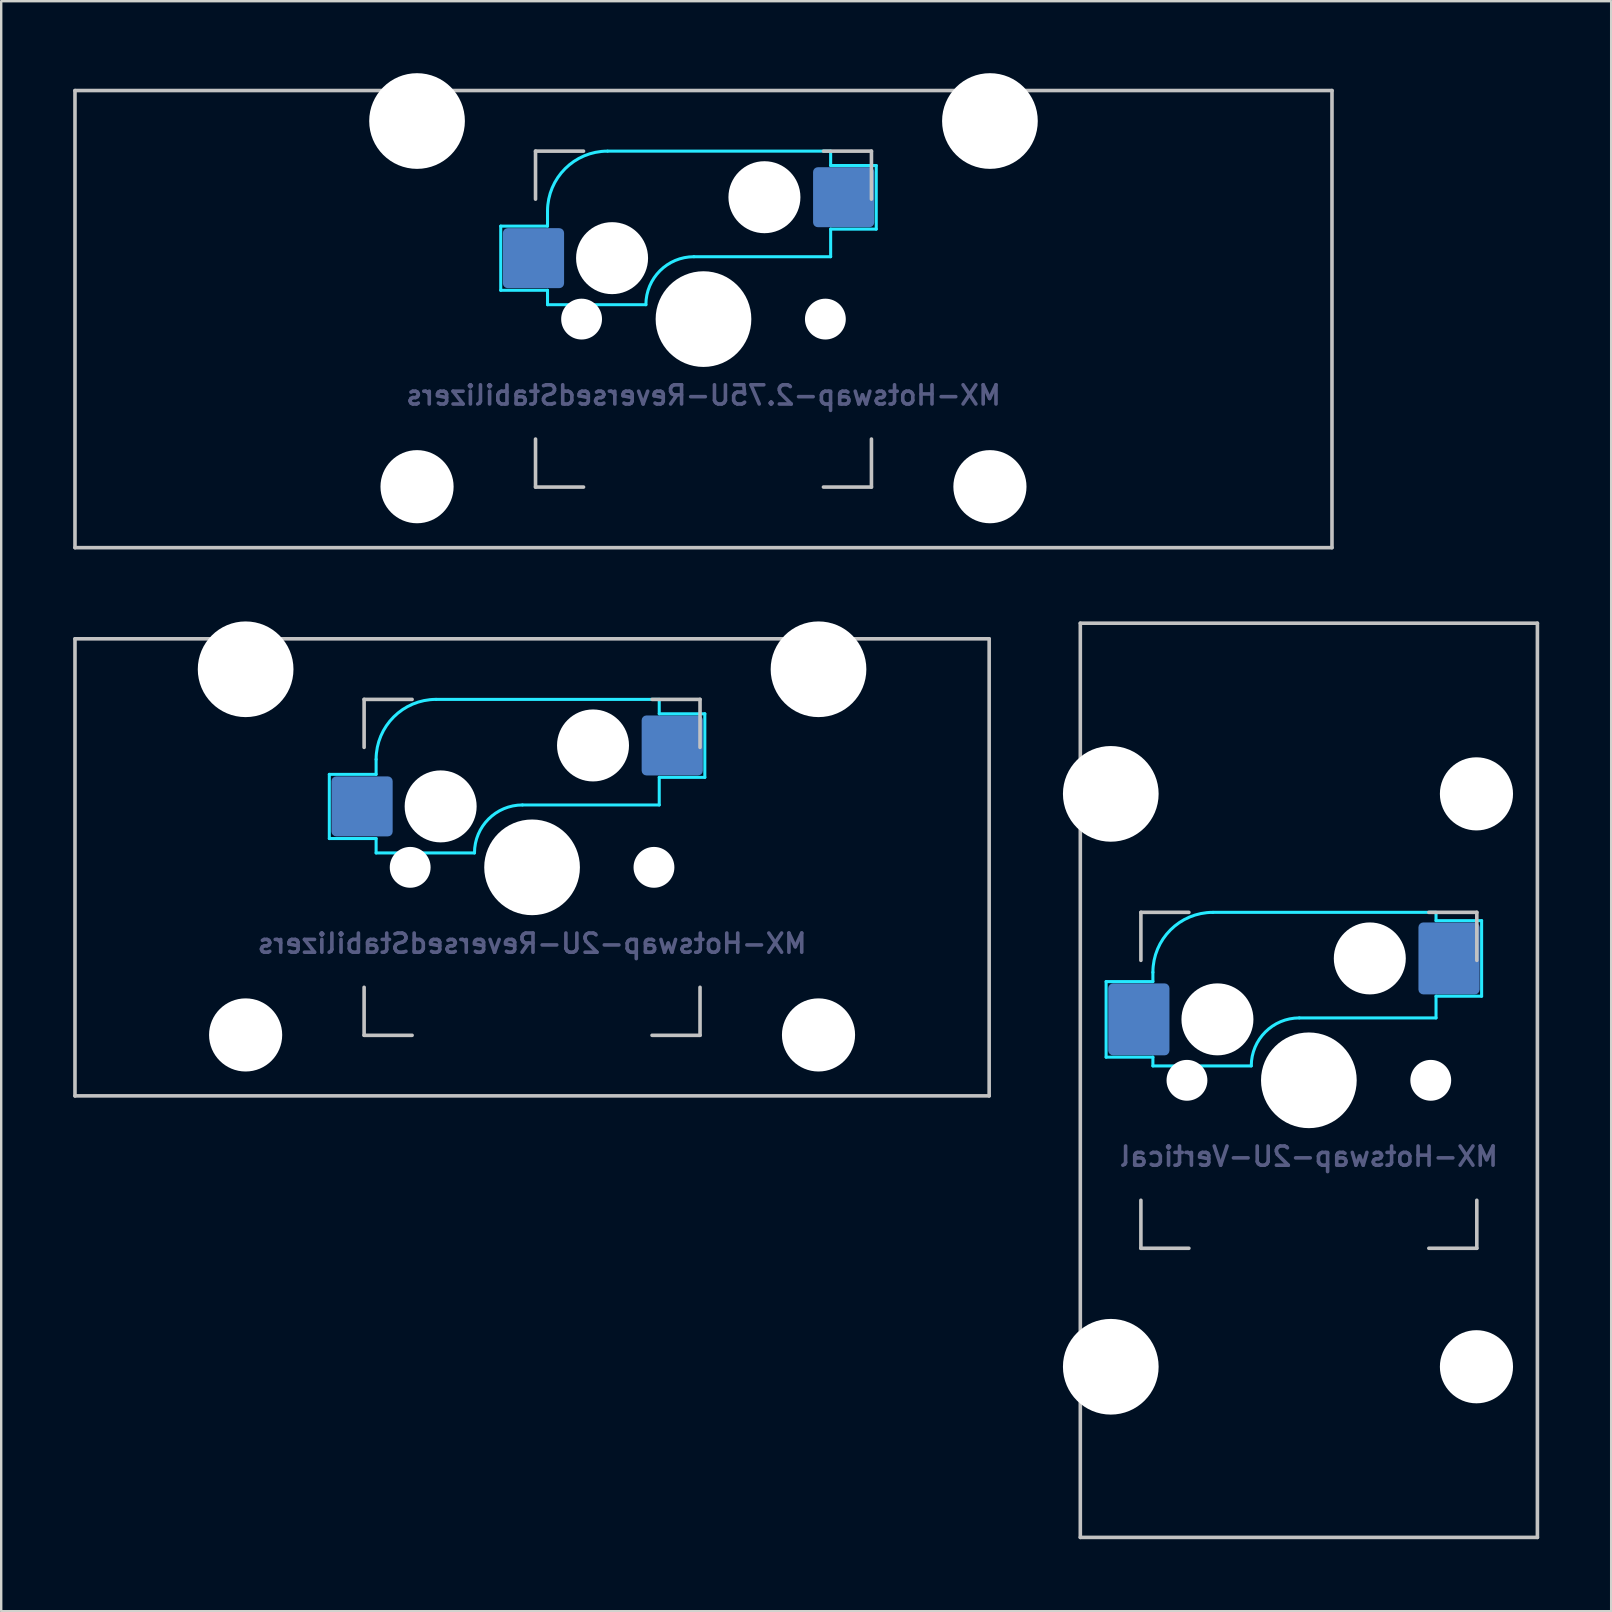
<source format=kicad_pcb>
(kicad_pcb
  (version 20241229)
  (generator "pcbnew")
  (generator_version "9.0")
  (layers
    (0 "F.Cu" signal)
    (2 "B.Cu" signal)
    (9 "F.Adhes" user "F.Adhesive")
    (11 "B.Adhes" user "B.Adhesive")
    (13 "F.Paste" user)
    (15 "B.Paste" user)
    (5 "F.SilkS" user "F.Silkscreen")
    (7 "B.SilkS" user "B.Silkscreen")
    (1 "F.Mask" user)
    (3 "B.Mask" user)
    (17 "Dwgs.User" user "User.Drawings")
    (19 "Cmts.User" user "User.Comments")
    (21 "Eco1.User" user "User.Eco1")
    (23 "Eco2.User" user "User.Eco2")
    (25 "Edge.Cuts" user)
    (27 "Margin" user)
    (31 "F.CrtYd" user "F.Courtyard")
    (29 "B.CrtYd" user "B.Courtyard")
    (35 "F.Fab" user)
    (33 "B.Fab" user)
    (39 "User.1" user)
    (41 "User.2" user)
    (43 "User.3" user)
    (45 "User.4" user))
  (footprint "MX-Hotswap-2U-ReversedStabilizers"
    (layer "F.Cu")
    (at 19.125 33.098)
    (property "Reference" "MX-Hotswap-2U-ReversedStabilizers" (at 0 3.175 0) (layer "B.Fab") (effects (font (size 0.8 0.8) (thickness 0.15)) (justify mirror)))
    (attr smd)
    (fp_line (start -19.05 9.525) (end -19.05 -9.525) (stroke (width 0.15) (type solid)) (layer "Dwgs.User"))
    (fp_line (start -7 -7) (end -7 -5) (stroke (width 0.15) (type solid)) (layer "Dwgs.User"))
    (fp_line (start -7 5) (end -7 7) (stroke (width 0.15) (type solid)) (layer "Dwgs.User"))
    (fp_line (start -7 7) (end -5 7) (stroke (width 0.15) (type solid)) (layer "Dwgs.User"))
    (fp_line (start -5 -7) (end -7 -7) (stroke (width 0.15) (type solid)) (layer "Dwgs.User"))
    (fp_line (start 5 -7) (end 7 -7) (stroke (width 0.15) (type solid)) (layer "Dwgs.User"))
    (fp_line (start 5 7) (end 7 7) (stroke (width 0.15) (type solid)) (layer "Dwgs.User"))
    (fp_line (start 7 -7) (end 7 -5) (stroke (width 0.15) (type solid)) (layer "Dwgs.User"))
    (fp_line (start 7 7) (end 7 5) (stroke (width 0.15) (type solid)) (layer "Dwgs.User"))
    (fp_line (start 19.05 -9.525) (end -19.05 -9.525) (stroke (width 0.15) (type solid)) (layer "Dwgs.User"))
    (fp_line (start 19.05 9.525) (end -19.05 9.525) (stroke (width 0.15) (type solid)) (layer "Dwgs.User"))
    (fp_line (start 19.05 9.525) (end 19.05 -9.525) (stroke (width 0.15) (type solid)) (layer "Dwgs.User"))
    (fp_line (start -8.45 -3.875) (end -8.45 -1.2) (stroke (width 0.127) (type solid)) (layer "B.CrtYd"))
    (fp_line (start -8.45 -1.2) (end -6.5 -1.2) (stroke (width 0.127) (type solid)) (layer "B.CrtYd"))
    (fp_line (start -6.5 -4.5) (end -6.5 -3.875) (stroke (width 0.127) (type solid)) (layer "B.CrtYd"))
    (fp_line (start -6.5 -3.875) (end -8.45 -3.875) (stroke (width 0.127) (type solid)) (layer "B.CrtYd"))
    (fp_line (start -6.5 -0.6) (end -6.5 -1.2) (stroke (width 0.127) (type solid)) (layer "B.CrtYd"))
    (fp_line (start -6.5 -0.6) (end -2.4 -0.6) (stroke (width 0.127) (type solid)) (layer "B.CrtYd"))
    (fp_line (start -0.4 -2.6) (end 5.3 -2.6) (stroke (width 0.127) (type solid)) (layer "B.CrtYd"))
    (fp_line (start 5.3 -7) (end -4 -7) (stroke (width 0.127) (type solid)) (layer "B.CrtYd"))
    (fp_line (start 5.3 -7) (end 5.3 -6.4) (stroke (width 0.127) (type solid)) (layer "B.CrtYd"))
    (fp_line (start 5.3 -6.4) (end 7.2 -6.4) (stroke (width 0.127) (type solid)) (layer "B.CrtYd"))
    (fp_line (start 5.3 -2.6) (end 5.3 -3.75) (stroke (width 0.127) (type solid)) (layer "B.CrtYd"))
    (fp_line (start 7.2 -6.4) (end 7.2 -3.75) (stroke (width 0.127) (type solid)) (layer "B.CrtYd"))
    (fp_line (start 7.2 -3.75) (end 5.3 -3.75) (stroke (width 0.127) (type solid)) (layer "B.CrtYd"))
    (fp_arc (start -6.5 -4.5) (mid -5.767767 -6.267767) (end -4 -7) (stroke (width 0.127) (type solid)) (layer "B.CrtYd"))
    (fp_arc (start -2.4 -0.6) (mid -1.814214 -2.014214) (end -0.4 -2.6) (stroke (width 0.127) (type solid)) (layer "B.CrtYd"))
    (pad "" np_thru_hole circle (at -11.938 -8.255) (size 3.988 3.988) (drill 3.988) (layers "*.Cu" "*.Mask"))
    (pad "" np_thru_hole circle (at -11.938 6.985) (size 3.048 3.048) (drill 3.048) (layers "*.Cu" "*.Mask"))
    (pad "" np_thru_hole circle (at -5.08 0 48.099) (size 1.702 1.702) (drill 1.702) (layers "*.Cu" "*.Mask"))
    (pad "" np_thru_hole circle (at -3.81 -2.54) (size 3 3) (drill 3) (layers "*.Cu" "*.Mask"))
    (pad "" np_thru_hole circle (at 0 0) (size 3.988 3.988) (drill 3.988) (layers "*.Cu" "*.Mask"))
    (pad "" np_thru_hole circle (at 2.54 -5.08) (size 3 3) (drill 3) (layers "*.Cu" "*.Mask"))
    (pad "" np_thru_hole circle (at 5.08 0 48.099) (size 1.702 1.702) (drill 1.702) (layers "*.Cu" "*.Mask"))
    (pad "" np_thru_hole circle (at 11.938 -8.255) (size 3.988 3.988) (drill 3.988) (layers "*.Cu" "*.Mask"))
    (pad "" np_thru_hole circle (at 11.938 6.985) (size 3.048 3.048) (drill 3.048) (layers "*.Cu" "*.Mask"))
    (pad "1" smd roundrect (at -7.085 -2.54) (size 2.55 2.5) (layers "B.Cu" "B.Mask" "B.Paste") (roundrect_rratio 0.08))
    (pad "2" smd roundrect (at 5.842 -5.08) (size 2.55 2.5) (layers "B.Cu" "B.Mask" "B.Paste") (roundrect_rratio 0.08)))
  (footprint "MX-Hotswap-2.75U-ReversedStabilizers"
    (layer "F.Cu")
    (at 26.269 10.249)
    (property "Reference" "MX-Hotswap-2.75U-ReversedStabilizers" (at 0 3.175 0) (layer "B.Fab") (effects (font (size 0.8 0.8) (thickness 0.15)) (justify mirror)))
    (attr smd)
    (fp_line (start -26.194 9.525) (end -26.194 -9.525) (stroke (width 0.15) (type solid)) (layer "Dwgs.User"))
    (fp_line (start -7 -7) (end -7 -5) (stroke (width 0.15) (type solid)) (layer "Dwgs.User"))
    (fp_line (start -7 5) (end -7 7) (stroke (width 0.15) (type solid)) (layer "Dwgs.User"))
    (fp_line (start -7 7) (end -5 7) (stroke (width 0.15) (type solid)) (layer "Dwgs.User"))
    (fp_line (start -5 -7) (end -7 -7) (stroke (width 0.15) (type solid)) (layer "Dwgs.User"))
    (fp_line (start 5 -7) (end 7 -7) (stroke (width 0.15) (type solid)) (layer "Dwgs.User"))
    (fp_line (start 5 7) (end 7 7) (stroke (width 0.15) (type solid)) (layer "Dwgs.User"))
    (fp_line (start 7 -7) (end 7 -5) (stroke (width 0.15) (type solid)) (layer "Dwgs.User"))
    (fp_line (start 7 7) (end 7 5) (stroke (width 0.15) (type solid)) (layer "Dwgs.User"))
    (fp_line (start 26.194 -9.525) (end -26.194 -9.525) (stroke (width 0.15) (type solid)) (layer "Dwgs.User"))
    (fp_line (start 26.194 9.525) (end -26.194 9.525) (stroke (width 0.15) (type solid)) (layer "Dwgs.User"))
    (fp_line (start 26.194 9.525) (end 26.194 -9.525) (stroke (width 0.15) (type solid)) (layer "Dwgs.User"))
    (fp_line (start -8.45 -3.875) (end -8.45 -1.2) (stroke (width 0.127) (type solid)) (layer "B.CrtYd"))
    (fp_line (start -8.45 -1.2) (end -6.5 -1.2) (stroke (width 0.127) (type solid)) (layer "B.CrtYd"))
    (fp_line (start -6.5 -4.5) (end -6.5 -3.875) (stroke (width 0.127) (type solid)) (layer "B.CrtYd"))
    (fp_line (start -6.5 -3.875) (end -8.45 -3.875) (stroke (width 0.127) (type solid)) (layer "B.CrtYd"))
    (fp_line (start -6.5 -0.6) (end -6.5 -1.2) (stroke (width 0.127) (type solid)) (layer "B.CrtYd"))
    (fp_line (start -6.5 -0.6) (end -2.4 -0.6) (stroke (width 0.127) (type solid)) (layer "B.CrtYd"))
    (fp_line (start -0.4 -2.6) (end 5.3 -2.6) (stroke (width 0.127) (type solid)) (layer "B.CrtYd"))
    (fp_line (start 5.3 -7) (end -4 -7) (stroke (width 0.127) (type solid)) (layer "B.CrtYd"))
    (fp_line (start 5.3 -7) (end 5.3 -6.4) (stroke (width 0.127) (type solid)) (layer "B.CrtYd"))
    (fp_line (start 5.3 -6.4) (end 7.2 -6.4) (stroke (width 0.127) (type solid)) (layer "B.CrtYd"))
    (fp_line (start 5.3 -2.6) (end 5.3 -3.75) (stroke (width 0.127) (type solid)) (layer "B.CrtYd"))
    (fp_line (start 7.2 -6.4) (end 7.2 -3.75) (stroke (width 0.127) (type solid)) (layer "B.CrtYd"))
    (fp_line (start 7.2 -3.75) (end 5.3 -3.75) (stroke (width 0.127) (type solid)) (layer "B.CrtYd"))
    (fp_arc (start -6.5 -4.5) (mid -5.767767 -6.267767) (end -4 -7) (stroke (width 0.127) (type solid)) (layer "B.CrtYd"))
    (fp_arc (start -2.4 -0.6) (mid -1.814214 -2.014214) (end -0.4 -2.6) (stroke (width 0.127) (type solid)) (layer "B.CrtYd"))
    (pad "" np_thru_hole circle (at -11.938 -8.255) (size 3.988 3.988) (drill 3.988) (layers "*.Cu" "*.Mask"))
    (pad "" np_thru_hole circle (at -11.938 6.985) (size 3.048 3.048) (drill 3.048) (layers "*.Cu" "*.Mask"))
    (pad "" np_thru_hole circle (at -5.08 0 48.099) (size 1.702 1.702) (drill 1.702) (layers "*.Cu" "*.Mask"))
    (pad "" np_thru_hole circle (at -3.81 -2.54) (size 3 3) (drill 3) (layers "*.Cu" "*.Mask"))
    (pad "" np_thru_hole circle (at 0 0) (size 3.988 3.988) (drill 3.988) (layers "*.Cu" "*.Mask"))
    (pad "" np_thru_hole circle (at 2.54 -5.08) (size 3 3) (drill 3) (layers "*.Cu" "*.Mask"))
    (pad "" np_thru_hole circle (at 5.08 0 48.099) (size 1.702 1.702) (drill 1.702) (layers "*.Cu" "*.Mask"))
    (pad "" np_thru_hole circle (at 11.938 -8.255) (size 3.988 3.988) (drill 3.988) (layers "*.Cu" "*.Mask"))
    (pad "" np_thru_hole circle (at 11.938 6.985) (size 3.048 3.048) (drill 3.048) (layers "*.Cu" "*.Mask"))
    (pad "1" smd roundrect (at -7.085 -2.54) (size 2.55 2.5) (layers "B.Cu" "B.Mask" "B.Paste") (roundrect_rratio 0.08))
    (pad "2" smd roundrect (at 5.842 -5.08) (size 2.55 2.5) (layers "B.Cu" "B.Mask" "B.Paste") (roundrect_rratio 0.08)))
  (footprint "MX-Hotswap-2U-Vertical"
    (layer "F.Cu")
    (at 51.499 41.974)
    (property "Reference" "MX-Hotswap-2U-Vertical" (at 0 3.175 0) (layer "B.Fab") (effects (font (size 0.8 0.8) (thickness 0.15)) (justify mirror)))
    (attr smd)
    (fp_line (start -9.525 19.05) (end -9.525 -19.05) (stroke (width 0.15) (type solid)) (layer "Dwgs.User"))
    (fp_line (start -7 -7) (end -7 -5) (stroke (width 0.15) (type solid)) (layer "Dwgs.User"))
    (fp_line (start -7 5) (end -7 7) (stroke (width 0.15) (type solid)) (layer "Dwgs.User"))
    (fp_line (start -7 7) (end -5 7) (stroke (width 0.15) (type solid)) (layer "Dwgs.User"))
    (fp_line (start -5 -7) (end -7 -7) (stroke (width 0.15) (type solid)) (layer "Dwgs.User"))
    (fp_line (start 5 -7) (end 7 -7) (stroke (width 0.15) (type solid)) (layer "Dwgs.User"))
    (fp_line (start 5 7) (end 7 7) (stroke (width 0.15) (type solid)) (layer "Dwgs.User"))
    (fp_line (start 7 -7) (end 7 -5) (stroke (width 0.15) (type solid)) (layer "Dwgs.User"))
    (fp_line (start 7 7) (end 7 5) (stroke (width 0.15) (type solid)) (layer "Dwgs.User"))
    (fp_line (start 9.525 -19.05) (end -9.525 -19.05) (stroke (width 0.15) (type solid)) (layer "Dwgs.User"))
    (fp_line (start 9.525 19.05) (end -9.525 19.05) (stroke (width 0.15) (type solid)) (layer "Dwgs.User"))
    (fp_line (start 9.525 19.05) (end 9.525 -19.05) (stroke (width 0.15) (type solid)) (layer "Dwgs.User"))
    (fp_line (start -8.45 -4.115) (end -8.45 -0.965) (stroke (width 0.127) (type solid)) (layer "B.CrtYd"))
    (fp_line (start -8.45 -0.965) (end -6.5 -0.965) (stroke (width 0.127) (type solid)) (layer "B.CrtYd"))
    (fp_line (start -6.5 -4.5) (end -6.5 -4.115) (stroke (width 0.127) (type solid)) (layer "B.CrtYd"))
    (fp_line (start -6.5 -4.115) (end -8.45 -4.115) (stroke (width 0.127) (type solid)) (layer "B.CrtYd"))
    (fp_line (start -6.5 -0.6) (end -6.5 -0.965) (stroke (width 0.127) (type solid)) (layer "B.CrtYd"))
    (fp_line (start -6.5 -0.6) (end -2.4 -0.6) (stroke (width 0.127) (type solid)) (layer "B.CrtYd"))
    (fp_line (start -0.4 -2.6) (end 5.3 -2.6) (stroke (width 0.127) (type solid)) (layer "B.CrtYd"))
    (fp_line (start 5.3 -7) (end -4 -7) (stroke (width 0.127) (type solid)) (layer "B.CrtYd"))
    (fp_line (start 5.3 -7) (end 5.3 -6.655) (stroke (width 0.127) (type solid)) (layer "B.CrtYd"))
    (fp_line (start 5.3 -6.655) (end 7.2 -6.655) (stroke (width 0.127) (type solid)) (layer "B.CrtYd"))
    (fp_line (start 5.3 -2.6) (end 5.3 -3.505) (stroke (width 0.127) (type solid)) (layer "B.CrtYd"))
    (fp_line (start 7.2 -6.655) (end 7.2 -3.505) (stroke (width 0.127) (type solid)) (layer "B.CrtYd"))
    (fp_line (start 7.2 -3.505) (end 5.3 -3.505) (stroke (width 0.127) (type solid)) (layer "B.CrtYd"))
    (fp_arc (start -6.5 -4.5) (mid -5.767767 -6.267767) (end -4 -7) (stroke (width 0.127) (type solid)) (layer "B.CrtYd"))
    (fp_arc (start -2.4 -0.6) (mid -1.814214 -2.014214) (end -0.4 -2.6) (stroke (width 0.127) (type solid)) (layer "B.CrtYd"))
    (pad "" np_thru_hole circle (at -8.255 -11.938) (size 3.988 3.988) (drill 3.988) (layers "*.Cu" "*.Mask"))
    (pad "" np_thru_hole circle (at -8.255 11.938) (size 3.988 3.988) (drill 3.988) (layers "*.Cu" "*.Mask"))
    (pad "" np_thru_hole circle (at -5.08 0 48.099) (size 1.702 1.702) (drill 1.702) (layers "*.Cu" "*.Mask"))
    (pad "" np_thru_hole circle (at -3.81 -2.54) (size 3 3) (drill 3) (layers "*.Cu" "*.Mask"))
    (pad "" np_thru_hole circle (at 0 0) (size 3.988 3.988) (drill 3.988) (layers "*.Cu" "*.Mask"))
    (pad "" np_thru_hole circle (at 2.54 -5.08) (size 3 3) (drill 3) (layers "*.Cu" "*.Mask"))
    (pad "" np_thru_hole circle (at 5.08 0 48.099) (size 1.702 1.702) (drill 1.702) (layers "*.Cu" "*.Mask"))
    (pad "" np_thru_hole circle (at 6.985 -11.938) (size 3.048 3.048) (drill 3.048) (layers "*.Cu" "*.Mask"))
    (pad "" np_thru_hole circle (at 6.985 11.938) (size 3.048 3.048) (drill 3.048) (layers "*.Cu" "*.Mask"))
    (pad "1" smd roundrect (at -7.085 -2.54 90) (size 3 2.55) (layers "B.Cu" "B.Mask" "B.Paste") (roundrect_rratio 0.08))
    (pad "2" smd roundrect (at 5.842 -5.08 90) (size 3 2.55) (layers "B.Cu" "B.Mask" "B.Paste") (roundrect_rratio 0.08)))
  (gr_rect
    (start -3 -3)
    (end 64.099 64.099)
    (stroke (width 0.1) (type default))
    (fill no)
    (layer "Edge.Cuts")))
</source>
